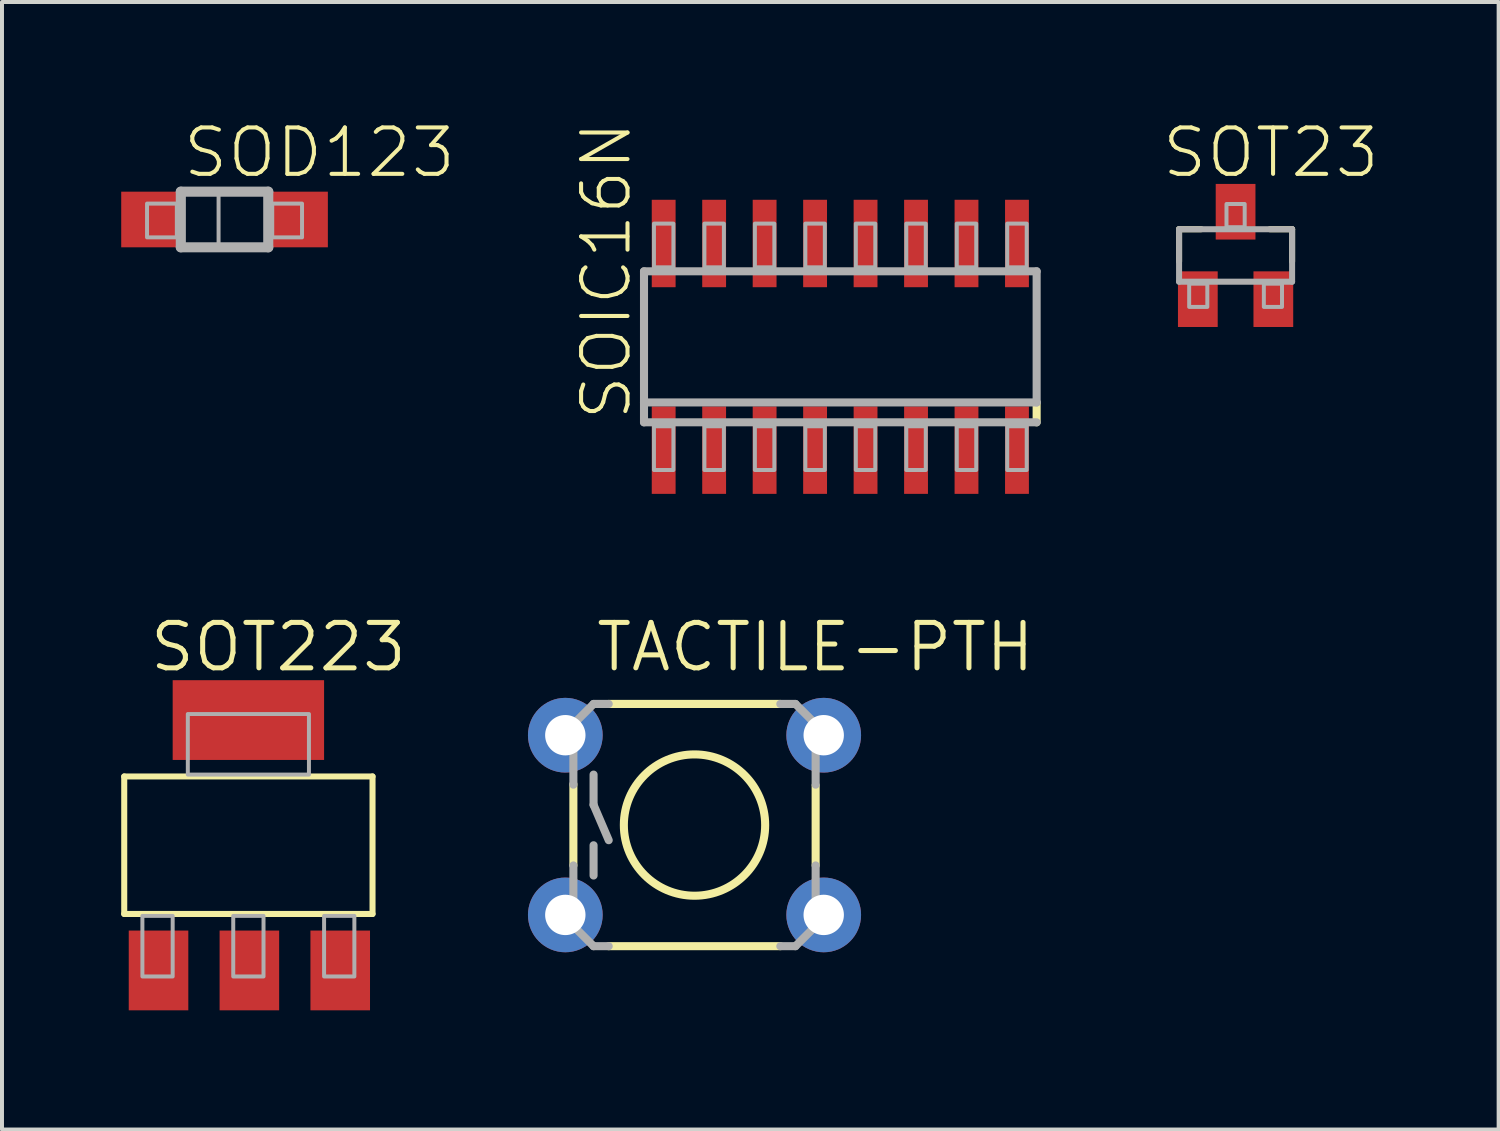
<source format=kicad_pcb>
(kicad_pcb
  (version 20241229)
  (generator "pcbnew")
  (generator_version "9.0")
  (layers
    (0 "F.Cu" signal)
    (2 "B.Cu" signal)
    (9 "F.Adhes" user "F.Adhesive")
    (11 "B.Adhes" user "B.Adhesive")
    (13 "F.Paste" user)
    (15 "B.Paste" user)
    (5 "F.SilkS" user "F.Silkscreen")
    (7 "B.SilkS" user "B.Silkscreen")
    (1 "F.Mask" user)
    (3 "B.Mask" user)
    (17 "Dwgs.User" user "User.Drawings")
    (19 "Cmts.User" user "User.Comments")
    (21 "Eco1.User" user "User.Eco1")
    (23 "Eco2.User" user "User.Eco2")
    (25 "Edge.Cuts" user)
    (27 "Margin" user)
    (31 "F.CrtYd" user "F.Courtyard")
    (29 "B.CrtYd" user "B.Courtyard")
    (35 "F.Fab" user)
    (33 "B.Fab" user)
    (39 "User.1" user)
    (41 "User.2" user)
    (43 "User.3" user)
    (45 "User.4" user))
  (footprint "SOIC16N"
    (layer "F.Cu")
    (at 18.095 5.677)
    (property "Reference" "SOIC16N" (at -5.207 1.905 90) (layer "F.SilkS") (effects (font (size 1.168 1.168) (thickness 0.102)) (justify left bottom)))
    (fp_line (start 4.94 1.4) (end 4.94 1.9) (stroke (width 0.203) (type solid)) (layer "F.SilkS"))
    (fp_line (start -4.94 -1.9) (end 4.94 -1.9) (stroke (width 0.203) (type solid)) (layer "F.Fab"))
    (fp_line (start -4.94 1.4) (end -4.94 -1.9) (stroke (width 0.203) (type solid)) (layer "F.Fab"))
    (fp_line (start -4.94 1.9) (end -4.94 1.4) (stroke (width 0.203) (type solid)) (layer "F.Fab"))
    (fp_line (start 4.94 -1.9) (end 4.94 1.4) (stroke (width 0.203) (type solid)) (layer "F.Fab"))
    (fp_line (start 4.94 1.4) (end -4.94 1.4) (stroke (width 0.203) (type solid)) (layer "F.Fab"))
    (fp_line (start 4.94 1.9) (end -4.94 1.9) (stroke (width 0.203) (type solid)) (layer "F.Fab"))
    (fp_poly (pts (xy -4.69 -2) (xy -4.2 -2) (xy -4.2 -3.1) (xy -4.69 -3.1)) (stroke (width 0.1) (type solid)) (fill no) (layer "F.Fab"))
    (fp_poly (pts (xy -4.69 3.1) (xy -4.2 3.1) (xy -4.2 2) (xy -4.69 2)) (stroke (width 0.1) (type solid)) (fill no) (layer "F.Fab"))
    (fp_poly (pts (xy -3.42 -2) (xy -2.93 -2) (xy -2.93 -3.1) (xy -3.42 -3.1)) (stroke (width 0.1) (type solid)) (fill no) (layer "F.Fab"))
    (fp_poly (pts (xy -3.42 3.1) (xy -2.93 3.1) (xy -2.93 2) (xy -3.42 2)) (stroke (width 0.1) (type solid)) (fill no) (layer "F.Fab"))
    (fp_poly (pts (xy -2.15 -2) (xy -1.66 -2) (xy -1.66 -3.1) (xy -2.15 -3.1)) (stroke (width 0.1) (type solid)) (fill no) (layer "F.Fab"))
    (fp_poly (pts (xy -2.15 3.1) (xy -1.66 3.1) (xy -1.66 2) (xy -2.15 2)) (stroke (width 0.1) (type solid)) (fill no) (layer "F.Fab"))
    (fp_poly (pts (xy -0.88 -2) (xy -0.39 -2) (xy -0.39 -3.1) (xy -0.88 -3.1)) (stroke (width 0.1) (type solid)) (fill no) (layer "F.Fab"))
    (fp_poly (pts (xy -0.88 3.1) (xy -0.39 3.1) (xy -0.39 2) (xy -0.88 2)) (stroke (width 0.1) (type solid)) (fill no) (layer "F.Fab"))
    (fp_poly (pts (xy 0.39 -2) (xy 0.88 -2) (xy 0.88 -3.1) (xy 0.39 -3.1)) (stroke (width 0.1) (type solid)) (fill no) (layer "F.Fab"))
    (fp_poly (pts (xy 0.39 3.1) (xy 0.88 3.1) (xy 0.88 2) (xy 0.39 2)) (stroke (width 0.1) (type solid)) (fill no) (layer "F.Fab"))
    (fp_poly (pts (xy 1.66 -2) (xy 2.15 -2) (xy 2.15 -3.1) (xy 1.66 -3.1)) (stroke (width 0.1) (type solid)) (fill no) (layer "F.Fab"))
    (fp_poly (pts (xy 1.66 3.1) (xy 2.15 3.1) (xy 2.15 2) (xy 1.66 2)) (stroke (width 0.1) (type solid)) (fill no) (layer "F.Fab"))
    (fp_poly (pts (xy 2.93 -2) (xy 3.42 -2) (xy 3.42 -3.1) (xy 2.93 -3.1)) (stroke (width 0.1) (type solid)) (fill no) (layer "F.Fab"))
    (fp_poly (pts (xy 2.93 3.1) (xy 3.42 3.1) (xy 3.42 2) (xy 2.93 2)) (stroke (width 0.1) (type solid)) (fill no) (layer "F.Fab"))
    (fp_poly (pts (xy 4.2 -2) (xy 4.69 -2) (xy 4.69 -3.1) (xy 4.2 -3.1)) (stroke (width 0.1) (type solid)) (fill no) (layer "F.Fab"))
    (fp_poly (pts (xy 4.2 3.1) (xy 4.69 3.1) (xy 4.69 2) (xy 4.2 2)) (stroke (width 0.1) (type solid)) (fill no) (layer "F.Fab"))
    (pad "1" smd rect (at -4.445 2.6) (size 0.6 2.2) (layers "F.Cu" "F.Mask" "F.Paste"))
    (pad "2" smd rect (at -3.175 2.6) (size 0.6 2.2) (layers "F.Cu" "F.Mask" "F.Paste"))
    (pad "3" smd rect (at -1.905 2.6) (size 0.6 2.2) (layers "F.Cu" "F.Mask" "F.Paste"))
    (pad "4" smd rect (at -0.635 2.6) (size 0.6 2.2) (layers "F.Cu" "F.Mask" "F.Paste"))
    (pad "5" smd rect (at 0.635 2.6) (size 0.6 2.2) (layers "F.Cu" "F.Mask" "F.Paste"))
    (pad "6" smd rect (at 1.905 2.6) (size 0.6 2.2) (layers "F.Cu" "F.Mask" "F.Paste"))
    (pad "7" smd rect (at 3.175 2.6) (size 0.6 2.2) (layers "F.Cu" "F.Mask" "F.Paste"))
    (pad "8" smd rect (at 4.445 2.6) (size 0.6 2.2) (layers "F.Cu" "F.Mask" "F.Paste"))
    (pad "9" smd rect (at 4.445 -2.6) (size 0.6 2.2) (layers "F.Cu" "F.Mask" "F.Paste"))
    (pad "10" smd rect (at 3.175 -2.6) (size 0.6 2.2) (layers "F.Cu" "F.Mask" "F.Paste"))
    (pad "11" smd rect (at 1.905 -2.6) (size 0.6 2.2) (layers "F.Cu" "F.Mask" "F.Paste"))
    (pad "12" smd rect (at 0.635 -2.6) (size 0.6 2.2) (layers "F.Cu" "F.Mask" "F.Paste"))
    (pad "13" smd rect (at -0.635 -2.6) (size 0.6 2.2) (layers "F.Cu" "F.Mask" "F.Paste"))
    (pad "14" smd rect (at -1.905 -2.6) (size 0.6 2.2) (layers "F.Cu" "F.Mask" "F.Paste"))
    (pad "15" smd rect (at -3.175 -2.6) (size 0.6 2.2) (layers "F.Cu" "F.Mask" "F.Paste"))
    (pad "16" smd rect (at -4.445 -2.6) (size 0.6 2.2) (layers "F.Cu" "F.Mask" "F.Paste")))
  (footprint "SOT223"
    (layer "F.Cu")
    (at 3.2 18.219)
    (property "Reference" "SOT223" (at -2.54 -4.318 0) (layer "F.SilkS") (effects (font (size 1.143 1.143) (thickness 0.127)) (justify left bottom)))
    (fp_line (start -3.124 -1.731) (end -3.124 1.729) (stroke (width 0.152) (type solid)) (layer "F.SilkS"))
    (fp_line (start -3.124 -1.731) (end 3.124 -1.731) (stroke (width 0.152) (type solid)) (layer "F.SilkS"))
    (fp_line (start 3.124 1.729) (end -3.124 1.729) (stroke (width 0.152) (type solid)) (layer "F.SilkS"))
    (fp_line (start 3.124 1.729) (end 3.124 -1.731) (stroke (width 0.152) (type solid)) (layer "F.SilkS"))
    (fp_poly (pts (xy -2.667 3.302) (xy -1.905 3.302) (xy -1.905 1.778) (xy -2.667 1.778)) (stroke (width 0.1) (type solid)) (fill no) (layer "F.Fab"))
    (fp_poly (pts (xy -1.524 -1.778) (xy 1.524 -1.778) (xy 1.524 -3.302) (xy -1.524 -3.302)) (stroke (width 0.1) (type solid)) (fill no) (layer "F.Fab"))
    (fp_poly (pts (xy -0.381 3.302) (xy 0.381 3.302) (xy 0.381 1.778) (xy -0.381 1.778)) (stroke (width 0.1) (type solid)) (fill no) (layer "F.Fab"))
    (fp_poly (pts (xy 1.905 3.302) (xy 2.667 3.302) (xy 2.667 1.778) (xy 1.905 1.778)) (stroke (width 0.1) (type solid)) (fill no) (layer "F.Fab"))
    (pad "1" smd rect (at -2.261 3.15) (size 1.499 2.007) (layers "F.Cu" "F.Mask" "F.Paste"))
    (pad "2" smd rect (at 0.025 3.15) (size 1.499 2.007) (layers "F.Cu" "F.Mask" "F.Paste"))
    (pad "3" smd rect (at 2.311 3.15) (size 1.499 2.007) (layers "F.Cu" "F.Mask" "F.Paste"))
    (pad "4" smd rect (at 0 -3.15) (size 3.81 2.007) (layers "F.Cu" "F.Mask" "F.Paste")))
  (footprint "SOD123"
    (layer "F.Cu")
    (at 2.6 2.473)
    (property "Reference" "SOD123" (at -1.1 -1 0) (layer "F.SilkS") (effects (font (size 1.168 1.168) (thickness 0.102)) (justify left bottom)))
    (fp_line (start -1.1 -0.7) (end 1.1 -0.7) (stroke (width 0.254) (type solid)) (layer "F.Fab"))
    (fp_line (start -1.1 0.7) (end -1.1 -0.7) (stroke (width 0.254) (type solid)) (layer "F.Fab"))
    (fp_line (start 1.1 -0.7) (end 1.1 0.7) (stroke (width 0.254) (type solid)) (layer "F.Fab"))
    (fp_line (start 1.1 0.7) (end -1.1 0.7) (stroke (width 0.254) (type solid)) (layer "F.Fab"))
    (fp_poly (pts (xy -1.95 0.45) (xy -1.2 0.45) (xy -1.2 -0.4) (xy -1.95 -0.4)) (stroke (width 0.1) (type solid)) (fill no) (layer "F.Fab"))
    (fp_poly (pts (xy -1.05 0.65) (xy -0.15 0.65) (xy -0.15 -0.7) (xy -1.05 -0.7)) (stroke (width 0.1) (type solid)) (fill no) (layer "F.Fab"))
    (fp_poly (pts (xy 1.2 0.45) (xy 1.95 0.45) (xy 1.95 -0.4) (xy 1.2 -0.4)) (stroke (width 0.1) (type solid)) (fill no) (layer "F.Fab"))
    (pad "A" smd rect (at 1.9 0) (size 1.4 1.4) (layers "F.Cu" "F.Mask" "F.Paste"))
    (pad "C" smd rect (at -1.9 0) (size 1.4 1.4) (layers "F.Cu" "F.Mask" "F.Paste")))
  (footprint "SOT23"
    (layer "F.Cu")
    (at 28.041 3.378)
    (property "Reference" "SOT23" (at -1.905 -1.905 0) (layer "F.SilkS") (effects (font (size 1.168 1.168) (thickness 0.102)) (justify left bottom)))
    (fp_line (start -1.422 -0.66) (end -0.864 -0.66) (stroke (width 0.152) (type solid)) (layer "F.SilkS"))
    (fp_line (start -1.422 0.152) (end -1.422 -0.66) (stroke (width 0.152) (type solid)) (layer "F.SilkS"))
    (fp_line (start 0.864 -0.66) (end 1.422 -0.66) (stroke (width 0.152) (type solid)) (layer "F.SilkS"))
    (fp_line (start 1.422 -0.66) (end 1.422 0.152) (stroke (width 0.152) (type solid)) (layer "F.SilkS"))
    (fp_line (start -1.422 -0.66) (end 1.422 -0.66) (stroke (width 0.152) (type solid)) (layer "F.Fab"))
    (fp_line (start -1.422 0.66) (end -1.422 -0.66) (stroke (width 0.152) (type solid)) (layer "F.Fab"))
    (fp_line (start 1.422 -0.66) (end 1.422 0.66) (stroke (width 0.152) (type solid)) (layer "F.Fab"))
    (fp_line (start 1.422 0.66) (end -1.422 0.66) (stroke (width 0.152) (type solid)) (layer "F.Fab"))
    (fp_poly (pts (xy -1.168 1.295) (xy -0.711 1.295) (xy -0.711 0.711) (xy -1.168 0.711)) (stroke (width 0.1) (type solid)) (fill no) (layer "F.Fab"))
    (fp_poly (pts (xy -0.229 -0.711) (xy 0.229 -0.711) (xy 0.229 -1.295) (xy -0.229 -1.295)) (stroke (width 0.1) (type solid)) (fill no) (layer "F.Fab"))
    (fp_poly (pts (xy 0.711 1.295) (xy 1.168 1.295) (xy 1.168 0.711) (xy 0.711 0.711)) (stroke (width 0.1) (type solid)) (fill no) (layer "F.Fab"))
    (pad "1" smd rect (at -0.95 1.1) (size 1 1.4) (layers "F.Cu" "F.Mask" "F.Paste"))
    (pad "2" smd rect (at 0.95 1.1) (size 1 1.4) (layers "F.Cu" "F.Mask" "F.Paste"))
    (pad "3" smd rect (at 0 -1.1) (size 1 1.4) (layers "F.Cu" "F.Mask" "F.Paste")))
  (footprint "TACTILE-PTH"
    (layer "F.Cu")
    (at 14.426 17.711)
    (property "Reference" "TACTILE-PTH" (at -2.54 -3.81 0) (layer "F.SilkS") (effects (font (size 1.143 1.143) (thickness 0.127)) (justify left bottom)))
    (fp_line (start -3.048 -1.028) (end -3.048 1.016) (stroke (width 0.203) (type solid)) (layer "F.SilkS"))
    (fp_line (start -2.159 3.048) (end 2.159 3.048) (stroke (width 0.203) (type solid)) (layer "F.SilkS"))
    (fp_line (start 2.159 -3.048) (end -2.159 -3.048) (stroke (width 0.203) (type solid)) (layer "F.SilkS"))
    (fp_line (start 3.048 -0.998) (end 3.048 1.016) (stroke (width 0.203) (type solid)) (layer "F.SilkS"))
    (fp_circle (center 0 0) (end 1.778 0) (stroke (width 0.203) (type solid)) (fill no) (layer "F.SilkS"))
    (fp_line (start -3.048 -2.54) (end -3.048 -1.016) (stroke (width 0.203) (type solid)) (layer "F.Fab"))
    (fp_line (start -3.048 2.54) (end -3.048 1.016) (stroke (width 0.203) (type solid)) (layer "F.Fab"))
    (fp_line (start -2.54 -3.048) (end -3.048 -2.54) (stroke (width 0.203) (type solid)) (layer "F.Fab"))
    (fp_line (start -2.54 -3.048) (end -2.159 -3.048) (stroke (width 0.203) (type solid)) (layer "F.Fab"))
    (fp_line (start -2.54 -1.27) (end -2.54 -0.508) (stroke (width 0.203) (type solid)) (layer "F.Fab"))
    (fp_line (start -2.54 -0.508) (end -2.159 0.381) (stroke (width 0.203) (type solid)) (layer "F.Fab"))
    (fp_line (start -2.54 0.508) (end -2.54 1.27) (stroke (width 0.203) (type solid)) (layer "F.Fab"))
    (fp_line (start -2.54 3.048) (end -3.048 2.54) (stroke (width 0.203) (type solid)) (layer "F.Fab"))
    (fp_line (start -2.54 3.048) (end -2.159 3.048) (stroke (width 0.203) (type solid)) (layer "F.Fab"))
    (fp_line (start 2.54 -3.048) (end 2.159 -3.048) (stroke (width 0.203) (type solid)) (layer "F.Fab"))
    (fp_line (start 2.54 3.048) (end 2.159 3.048) (stroke (width 0.203) (type solid)) (layer "F.Fab"))
    (fp_line (start 2.54 3.048) (end 3.048 2.54) (stroke (width 0.203) (type solid)) (layer "F.Fab"))
    (fp_line (start 3.048 -2.54) (end 2.54 -3.048) (stroke (width 0.203) (type solid)) (layer "F.Fab"))
    (fp_line (start 3.048 -1.016) (end 3.048 -2.54) (stroke (width 0.203) (type solid)) (layer "F.Fab"))
    (fp_line (start 3.048 2.54) (end 3.048 1.016) (stroke (width 0.203) (type solid)) (layer "F.Fab"))
    (pad "1" thru_hole circle (at -3.251 -2.261) (size 1.88 1.88) (drill 1.016) (layers "*.Cu" "*.Mask"))
    (pad "2" thru_hole circle (at 3.251 -2.261) (size 1.88 1.88) (drill 1.016) (layers "*.Cu" "*.Mask"))
    (pad "3" thru_hole circle (at -3.251 2.261) (size 1.88 1.88) (drill 1.016) (layers "*.Cu" "*.Mask"))
    (pad "4" thru_hole circle (at 3.251 2.261) (size 1.88 1.88) (drill 1.016) (layers "*.Cu" "*.Mask")))
  (gr_rect
    (start -3 -3)
    (end 34.66 25.372)
    (stroke (width 0.1) (type default))
    (fill no)
    (layer "Edge.Cuts")))
</source>
